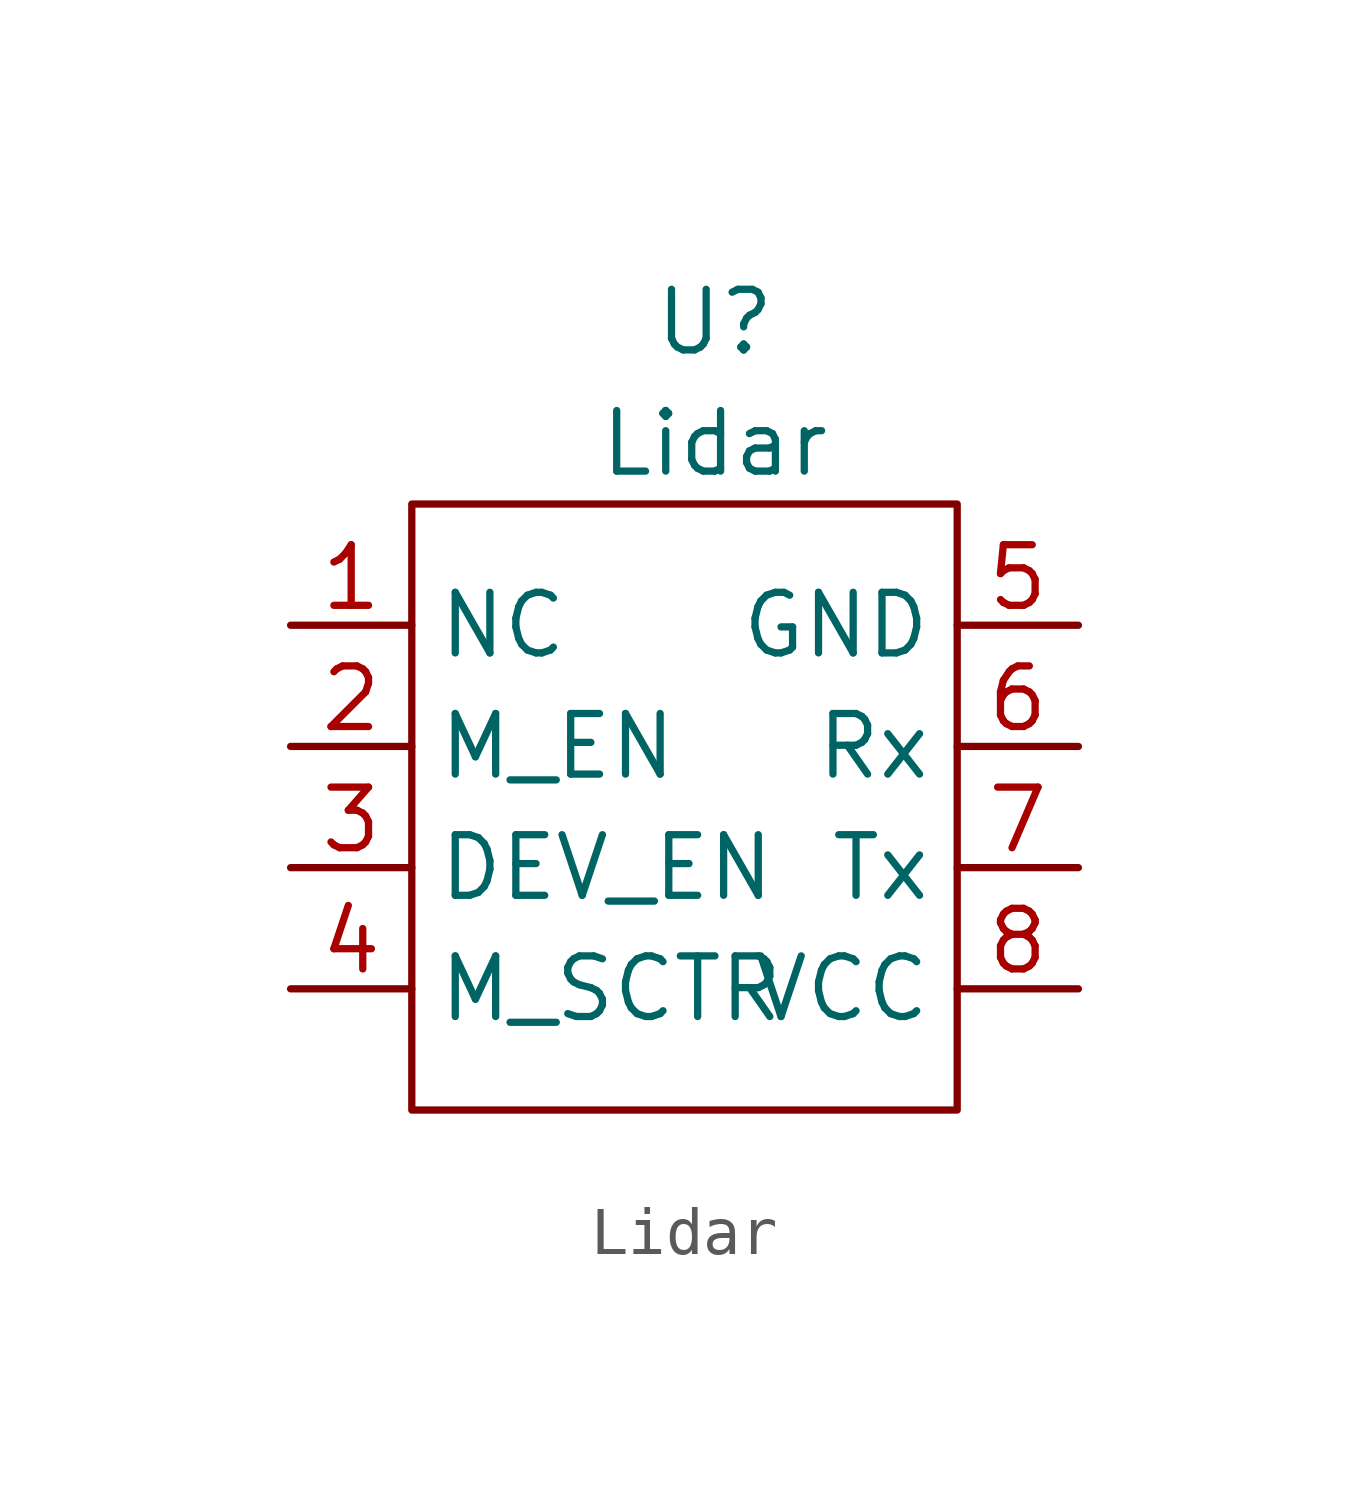
<source format=kicad_sym>
(kicad_symbol_lib
  (version 20211014)
  (generator kicad_symbol_editor)
  (symbol "Lidar"
    (property "Reference" "U"
      (at -15.24 17.78 0)
      (effects (font (size 1.27 1.27))))
    (property "Value" "Lidar"
      (at -15.24 15.24 0)
      (effects (font (size 1.27 1.27))))
    (symbol "Lidar_0_1"
      (rectangle (start -10.16 13.97) (end -21.59 1.27) (stroke (width 0) (type default) (color 0 0 0 0)) (fill (type none))))
    (symbol "Lidar_1_1"
      (pin bidirectional line (at -24.13 11.43 0) (length 2.54) (name "NC" (effects (font (size 1.27 1.27)))) (number "1" (effects (font (size 1.27 1.27)))))
      (pin bidirectional line (at -24.13 8.89 0) (length 2.54) (name "M_EN" (effects (font (size 1.27 1.27)))) (number "2" (effects (font (size 1.27 1.27)))))
      (pin bidirectional line (at -24.13 6.35 0) (length 2.54) (name "DEV_EN" (effects (font (size 1.27 1.27)))) (number "3" (effects (font (size 1.27 1.27)))))
      (pin bidirectional line (at -24.13 3.81 0) (length 2.54) (name "M_SCTR" (effects (font (size 1.27 1.27)))) (number "4" (effects (font (size 1.27 1.27)))))
      (pin power_out line (at -7.62 11.43 180) (length 2.54) (name "GND" (effects (font (size 1.27 1.27)))) (number "5" (effects (font (size 1.27 1.27)))))
      (pin bidirectional line (at -7.62 8.89 180) (length 2.54) (name "Rx" (effects (font (size 1.27 1.27)))) (number "6" (effects (font (size 1.27 1.27)))))
      (pin bidirectional line (at -7.62 6.35 180) (length 2.54) (name "Tx" (effects (font (size 1.27 1.27)))) (number "7" (effects (font (size 1.27 1.27)))))
      (pin power_in line (at -7.62 3.81 180) (length 2.54) (name "VCC" (effects (font (size 1.27 1.27)))) (number "8" (effects (font (size 1.27 1.27))))))))
</source>
